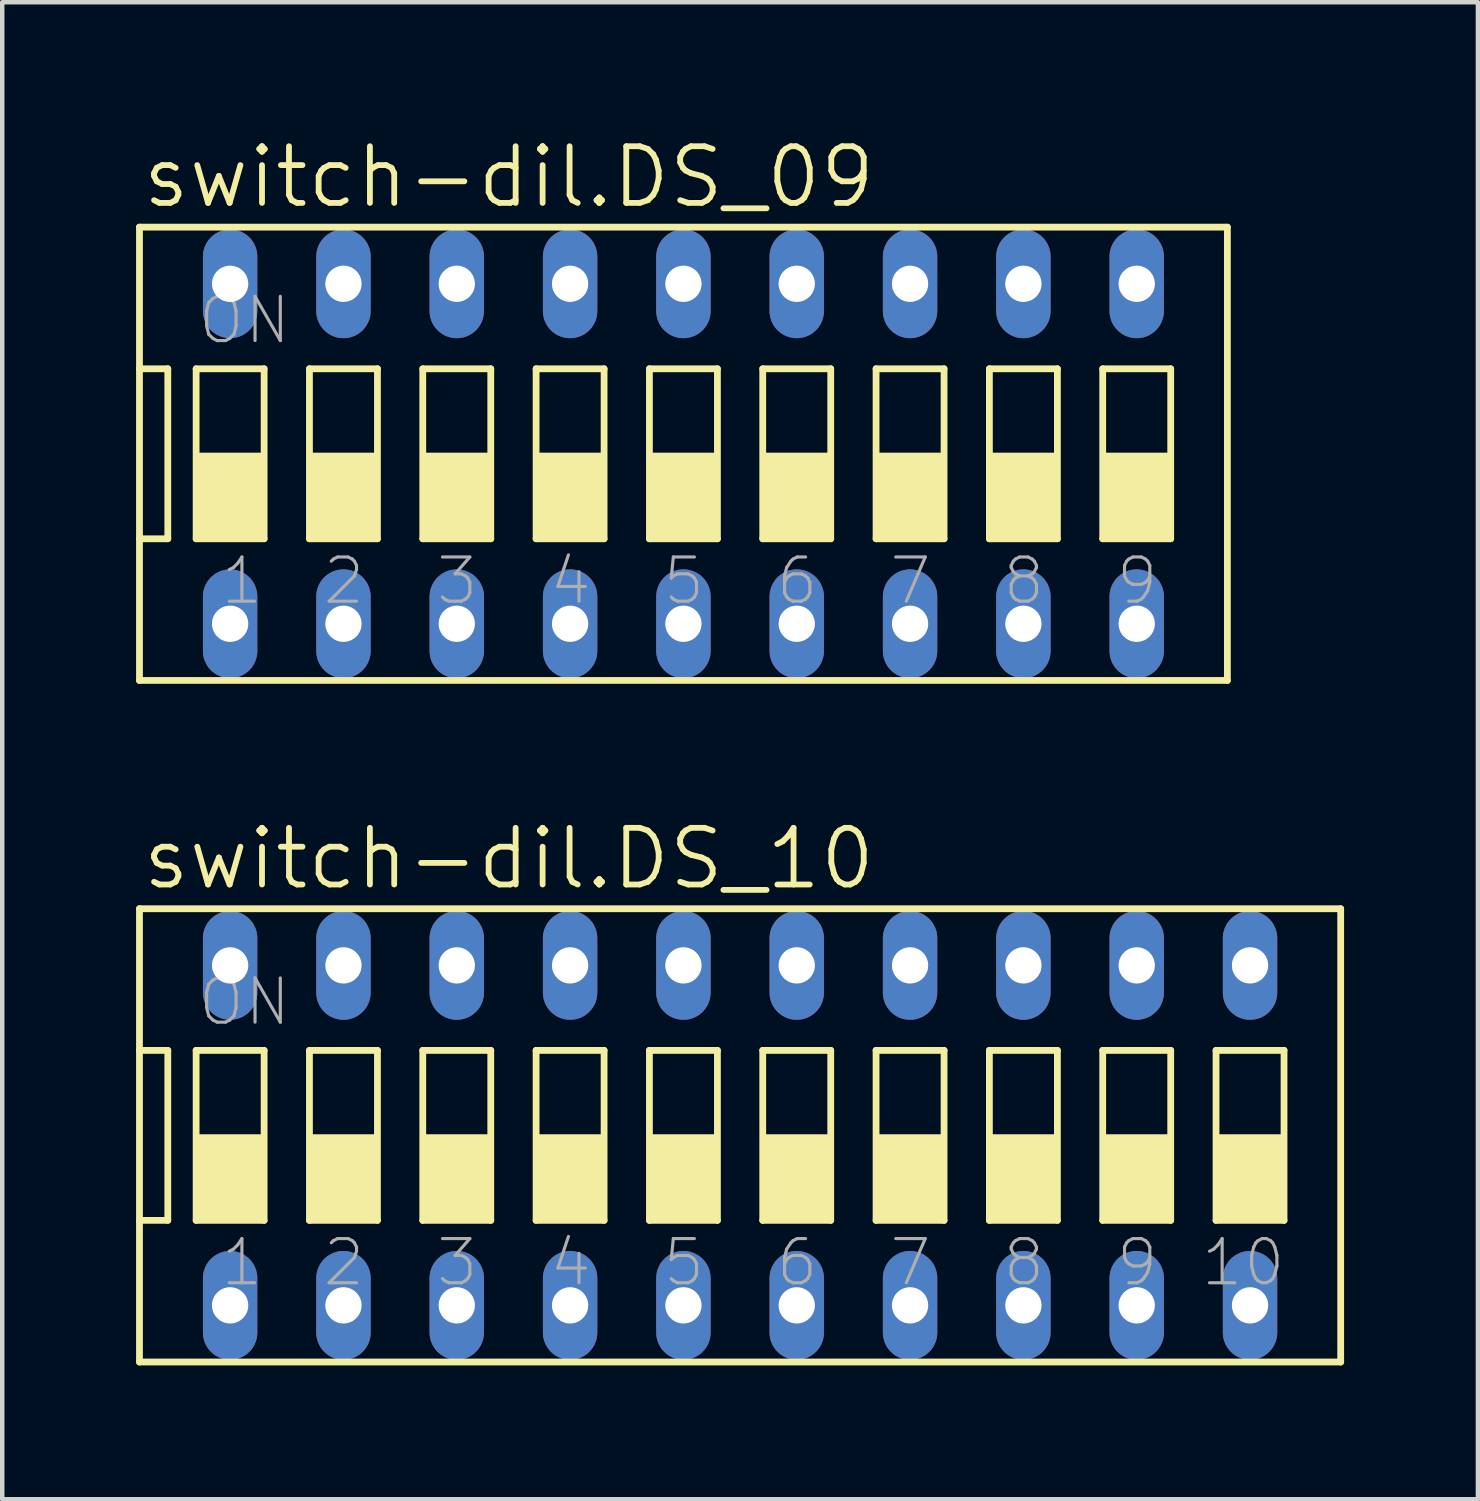
<source format=kicad_pcb>
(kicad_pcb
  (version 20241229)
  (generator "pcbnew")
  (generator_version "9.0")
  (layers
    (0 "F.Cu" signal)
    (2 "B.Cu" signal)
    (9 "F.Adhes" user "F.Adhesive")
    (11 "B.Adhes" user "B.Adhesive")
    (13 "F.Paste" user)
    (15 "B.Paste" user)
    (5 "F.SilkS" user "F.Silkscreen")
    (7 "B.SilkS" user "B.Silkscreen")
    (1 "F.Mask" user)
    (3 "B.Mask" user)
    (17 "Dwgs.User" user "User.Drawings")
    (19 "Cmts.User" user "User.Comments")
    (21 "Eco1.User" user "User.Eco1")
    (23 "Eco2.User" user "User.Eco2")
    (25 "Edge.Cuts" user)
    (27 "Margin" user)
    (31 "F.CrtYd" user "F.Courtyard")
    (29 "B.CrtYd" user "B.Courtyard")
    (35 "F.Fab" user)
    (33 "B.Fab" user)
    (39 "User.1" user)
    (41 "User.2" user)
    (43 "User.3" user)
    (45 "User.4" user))
  (footprint "switch-dil.DS_09"
    (layer "F.Cu")
    (at 12.268 7.121)
    (property "Reference" "switch-dil.DS_09" (at -12.192 -5.461 0) (layer "F.SilkS") (effects (font (size 1.27 1.27) (thickness 0.13)) (justify left bottom)))
    (attr through_hole)
    (fp_line (start -12.192 -5.08) (end -12.192 -1.905) (stroke (width 0.152) (type default)) (layer "F.SilkS"))
    (fp_line (start -12.192 -1.905) (end -12.192 1.905) (stroke (width 0.152) (type default)) (layer "F.SilkS"))
    (fp_line (start -12.192 -1.905) (end -11.557 -1.905) (stroke (width 0.152) (type default)) (layer "F.SilkS"))
    (fp_line (start -12.192 1.905) (end -12.192 5.08) (stroke (width 0.152) (type default)) (layer "F.SilkS"))
    (fp_line (start -12.192 1.905) (end -11.557 1.905) (stroke (width 0.152) (type default)) (layer "F.SilkS"))
    (fp_line (start -12.192 5.08) (end 12.192 5.08) (stroke (width 0.152) (type default)) (layer "F.SilkS"))
    (fp_line (start -11.557 1.905) (end -11.557 -1.905) (stroke (width 0.152) (type default)) (layer "F.SilkS"))
    (fp_line (start -10.922 -1.905) (end -10.922 1.905) (stroke (width 0.152) (type default)) (layer "F.SilkS"))
    (fp_line (start -10.922 -1.905) (end -9.398 -1.905) (stroke (width 0.152) (type default)) (layer "F.SilkS"))
    (fp_line (start -9.398 1.905) (end -10.922 1.905) (stroke (width 0.152) (type default)) (layer "F.SilkS"))
    (fp_line (start -9.398 1.905) (end -9.398 -1.905) (stroke (width 0.152) (type default)) (layer "F.SilkS"))
    (fp_line (start -8.382 -1.905) (end -8.382 1.905) (stroke (width 0.152) (type default)) (layer "F.SilkS"))
    (fp_line (start -8.382 -1.905) (end -6.858 -1.905) (stroke (width 0.152) (type default)) (layer "F.SilkS"))
    (fp_line (start -6.858 1.905) (end -8.382 1.905) (stroke (width 0.152) (type default)) (layer "F.SilkS"))
    (fp_line (start -6.858 1.905) (end -6.858 -1.905) (stroke (width 0.152) (type default)) (layer "F.SilkS"))
    (fp_line (start -5.842 -1.905) (end -5.842 1.905) (stroke (width 0.152) (type default)) (layer "F.SilkS"))
    (fp_line (start -5.842 -1.905) (end -4.318 -1.905) (stroke (width 0.152) (type default)) (layer "F.SilkS"))
    (fp_line (start -4.318 1.905) (end -5.842 1.905) (stroke (width 0.152) (type default)) (layer "F.SilkS"))
    (fp_line (start -4.318 1.905) (end -4.318 -1.905) (stroke (width 0.152) (type default)) (layer "F.SilkS"))
    (fp_line (start -3.302 -1.905) (end -3.302 1.905) (stroke (width 0.152) (type default)) (layer "F.SilkS"))
    (fp_line (start -3.302 -1.905) (end -1.778 -1.905) (stroke (width 0.152) (type default)) (layer "F.SilkS"))
    (fp_line (start -1.778 1.905) (end -3.302 1.905) (stroke (width 0.152) (type default)) (layer "F.SilkS"))
    (fp_line (start -1.778 1.905) (end -1.778 -1.905) (stroke (width 0.152) (type default)) (layer "F.SilkS"))
    (fp_line (start -0.762 -1.905) (end -0.762 1.905) (stroke (width 0.152) (type default)) (layer "F.SilkS"))
    (fp_line (start -0.762 -1.905) (end 0.762 -1.905) (stroke (width 0.152) (type default)) (layer "F.SilkS"))
    (fp_line (start 0.762 1.905) (end -0.762 1.905) (stroke (width 0.152) (type default)) (layer "F.SilkS"))
    (fp_line (start 0.762 1.905) (end 0.762 -1.905) (stroke (width 0.152) (type default)) (layer "F.SilkS"))
    (fp_line (start 1.778 -1.905) (end 1.778 1.905) (stroke (width 0.152) (type default)) (layer "F.SilkS"))
    (fp_line (start 1.778 -1.905) (end 3.302 -1.905) (stroke (width 0.152) (type default)) (layer "F.SilkS"))
    (fp_line (start 3.302 1.905) (end 1.778 1.905) (stroke (width 0.152) (type default)) (layer "F.SilkS"))
    (fp_line (start 3.302 1.905) (end 3.302 -1.905) (stroke (width 0.152) (type default)) (layer "F.SilkS"))
    (fp_line (start 4.318 -1.905) (end 4.318 1.905) (stroke (width 0.152) (type default)) (layer "F.SilkS"))
    (fp_line (start 4.318 -1.905) (end 5.842 -1.905) (stroke (width 0.152) (type default)) (layer "F.SilkS"))
    (fp_line (start 5.842 1.905) (end 4.318 1.905) (stroke (width 0.152) (type default)) (layer "F.SilkS"))
    (fp_line (start 5.842 1.905) (end 5.842 -1.905) (stroke (width 0.152) (type default)) (layer "F.SilkS"))
    (fp_line (start 6.858 -1.905) (end 6.858 1.905) (stroke (width 0.152) (type default)) (layer "F.SilkS"))
    (fp_line (start 6.858 -1.905) (end 8.382 -1.905) (stroke (width 0.152) (type default)) (layer "F.SilkS"))
    (fp_line (start 8.382 1.905) (end 6.858 1.905) (stroke (width 0.152) (type default)) (layer "F.SilkS"))
    (fp_line (start 8.382 1.905) (end 8.382 -1.905) (stroke (width 0.152) (type default)) (layer "F.SilkS"))
    (fp_line (start 9.398 -1.905) (end 9.398 1.905) (stroke (width 0.152) (type default)) (layer "F.SilkS"))
    (fp_line (start 9.398 -1.905) (end 10.922 -1.905) (stroke (width 0.152) (type default)) (layer "F.SilkS"))
    (fp_line (start 10.922 1.905) (end 9.398 1.905) (stroke (width 0.152) (type default)) (layer "F.SilkS"))
    (fp_line (start 10.922 1.905) (end 10.922 -1.905) (stroke (width 0.152) (type default)) (layer "F.SilkS"))
    (fp_line (start 12.192 -5.08) (end -12.192 -5.08) (stroke (width 0.152) (type default)) (layer "F.SilkS"))
    (fp_line (start 12.192 5.08) (end 12.192 -5.08) (stroke (width 0.152) (type default)) (layer "F.SilkS"))
    (fp_rect (start -10.922 1.905) (end -9.398 0) (stroke (width 0.05) (type default)) (fill yes) (layer "F.SilkS"))
    (fp_rect (start -8.382 1.905) (end -6.858 0) (stroke (width 0.05) (type default)) (fill yes) (layer "F.SilkS"))
    (fp_rect (start -5.842 1.905) (end -4.318 0) (stroke (width 0.05) (type default)) (fill yes) (layer "F.SilkS"))
    (fp_rect (start -3.302 1.905) (end -1.778 0) (stroke (width 0.05) (type default)) (fill yes) (layer "F.SilkS"))
    (fp_rect (start -0.762 1.905) (end 0.762 0) (stroke (width 0.05) (type default)) (fill yes) (layer "F.SilkS"))
    (fp_rect (start 1.778 1.905) (end 3.302 0) (stroke (width 0.05) (type default)) (fill yes) (layer "F.SilkS"))
    (fp_rect (start 4.318 1.905) (end 5.842 0) (stroke (width 0.05) (type default)) (fill yes) (layer "F.SilkS"))
    (fp_rect (start 6.858 1.905) (end 8.382 0) (stroke (width 0.05) (type default)) (fill yes) (layer "F.SilkS"))
    (fp_rect (start 9.398 1.905) (end 10.922 0) (stroke (width 0.05) (type default)) (fill yes) (layer "F.SilkS"))
    (fp_text user "9" (at 9.652 3.429 0) (layer "F.Fab") (effects (font (size 0.991 0.991) (thickness 0.07)) (justify left bottom)))
    (fp_text user "8" (at 7.112 3.429 0) (layer "F.Fab") (effects (font (size 0.991 0.991) (thickness 0.07)) (justify left bottom)))
    (fp_text user "1" (at -10.414 3.429 0) (layer "F.Fab") (effects (font (size 0.991 0.991) (thickness 0.07)) (justify left bottom)))
    (fp_text user "2" (at -8.128 3.429 0) (layer "F.Fab") (effects (font (size 0.991 0.991) (thickness 0.07)) (justify left bottom)))
    (fp_text user "ON" (at -10.922 -2.413 0) (layer "F.Fab") (effects (font (size 0.991 0.991) (thickness 0.07)) (justify left bottom)))
    (fp_text user "3" (at -5.588 3.429 0) (layer "F.Fab") (effects (font (size 0.991 0.991) (thickness 0.07)) (justify left bottom)))
    (fp_text user "6" (at 2.032 3.429 0) (layer "F.Fab") (effects (font (size 0.991 0.991) (thickness 0.07)) (justify left bottom)))
    (fp_text user "4" (at -3.048 3.429 0) (layer "F.Fab") (effects (font (size 0.991 0.991) (thickness 0.07)) (justify left bottom)))
    (fp_text user "5" (at -0.508 3.429 0) (layer "F.Fab") (effects (font (size 0.991 0.991) (thickness 0.07)) (justify left bottom)))
    (fp_text user "7" (at 4.572 3.429 0) (layer "F.Fab") (effects (font (size 0.991 0.991) (thickness 0.07)) (justify left bottom)))
    (pad "1" thru_hole oval (at -10.16 3.81 90) (size 2.438 1.219) (drill 0.813) (layers "*.Cu" "*.Mask"))
    (pad "2" thru_hole oval (at -7.62 3.81 90) (size 2.438 1.219) (drill 0.813) (layers "*.Cu" "*.Mask"))
    (pad "3" thru_hole oval (at -5.08 3.81 90) (size 2.438 1.219) (drill 0.813) (layers "*.Cu" "*.Mask"))
    (pad "4" thru_hole oval (at -2.54 3.81 90) (size 2.438 1.219) (drill 0.813) (layers "*.Cu" "*.Mask"))
    (pad "5" thru_hole oval (at 0 3.81 90) (size 2.438 1.219) (drill 0.813) (layers "*.Cu" "*.Mask"))
    (pad "6" thru_hole oval (at 2.54 3.81 90) (size 2.438 1.219) (drill 0.813) (layers "*.Cu" "*.Mask"))
    (pad "7" thru_hole oval (at 5.08 3.81 90) (size 2.438 1.219) (drill 0.813) (layers "*.Cu" "*.Mask"))
    (pad "8" thru_hole oval (at 7.62 3.81 90) (size 2.438 1.219) (drill 0.813) (layers "*.Cu" "*.Mask"))
    (pad "9" thru_hole oval (at 10.16 3.81 90) (size 2.438 1.219) (drill 0.813) (layers "*.Cu" "*.Mask"))
    (pad "10" thru_hole oval (at 10.16 -3.81 90) (size 2.438 1.219) (drill 0.813) (layers "*.Cu" "*.Mask"))
    (pad "11" thru_hole oval (at 7.62 -3.81 90) (size 2.438 1.219) (drill 0.813) (layers "*.Cu" "*.Mask"))
    (pad "12" thru_hole oval (at 5.08 -3.81 90) (size 2.438 1.219) (drill 0.813) (layers "*.Cu" "*.Mask"))
    (pad "13" thru_hole oval (at 2.54 -3.81 90) (size 2.438 1.219) (drill 0.813) (layers "*.Cu" "*.Mask"))
    (pad "14" thru_hole oval (at 0 -3.81 90) (size 2.438 1.219) (drill 0.813) (layers "*.Cu" "*.Mask"))
    (pad "15" thru_hole oval (at -2.54 -3.81 90) (size 2.438 1.219) (drill 0.813) (layers "*.Cu" "*.Mask"))
    (pad "16" thru_hole oval (at -5.08 -3.81 90) (size 2.438 1.219) (drill 0.813) (layers "*.Cu" "*.Mask"))
    (pad "17" thru_hole oval (at -7.62 -3.81 90) (size 2.438 1.219) (drill 0.813) (layers "*.Cu" "*.Mask"))
    (pad "18" thru_hole oval (at -10.16 -3.81 90) (size 2.438 1.219) (drill 0.813) (layers "*.Cu" "*.Mask")))
  (footprint "switch-dil.DS_10"
    (layer "F.Cu")
    (at 13.538 22.398)
    (property "Reference" "switch-dil.DS_10" (at -13.462 -5.461 0) (layer "F.SilkS") (effects (font (size 1.27 1.27) (thickness 0.13)) (justify left bottom)))
    (attr through_hole)
    (fp_line (start -13.462 -5.08) (end -13.462 -1.905) (stroke (width 0.152) (type default)) (layer "F.SilkS"))
    (fp_line (start -13.462 -1.905) (end -13.462 1.905) (stroke (width 0.152) (type default)) (layer "F.SilkS"))
    (fp_line (start -13.462 -1.905) (end -12.827 -1.905) (stroke (width 0.152) (type default)) (layer "F.SilkS"))
    (fp_line (start -13.462 1.905) (end -13.462 5.08) (stroke (width 0.152) (type default)) (layer "F.SilkS"))
    (fp_line (start -13.462 1.905) (end -12.827 1.905) (stroke (width 0.152) (type default)) (layer "F.SilkS"))
    (fp_line (start -13.462 5.08) (end 13.462 5.08) (stroke (width 0.152) (type default)) (layer "F.SilkS"))
    (fp_line (start -12.827 1.905) (end -12.827 -1.905) (stroke (width 0.152) (type default)) (layer "F.SilkS"))
    (fp_line (start -12.192 -1.905) (end -12.192 1.905) (stroke (width 0.152) (type default)) (layer "F.SilkS"))
    (fp_line (start -12.192 -1.905) (end -10.668 -1.905) (stroke (width 0.152) (type default)) (layer "F.SilkS"))
    (fp_line (start -10.668 1.905) (end -12.192 1.905) (stroke (width 0.152) (type default)) (layer "F.SilkS"))
    (fp_line (start -10.668 1.905) (end -10.668 -1.905) (stroke (width 0.152) (type default)) (layer "F.SilkS"))
    (fp_line (start -9.652 -1.905) (end -9.652 1.905) (stroke (width 0.152) (type default)) (layer "F.SilkS"))
    (fp_line (start -9.652 -1.905) (end -8.128 -1.905) (stroke (width 0.152) (type default)) (layer "F.SilkS"))
    (fp_line (start -8.128 1.905) (end -9.652 1.905) (stroke (width 0.152) (type default)) (layer "F.SilkS"))
    (fp_line (start -8.128 1.905) (end -8.128 -1.905) (stroke (width 0.152) (type default)) (layer "F.SilkS"))
    (fp_line (start -7.112 -1.905) (end -7.112 1.905) (stroke (width 0.152) (type default)) (layer "F.SilkS"))
    (fp_line (start -7.112 -1.905) (end -5.588 -1.905) (stroke (width 0.152) (type default)) (layer "F.SilkS"))
    (fp_line (start -5.588 1.905) (end -7.112 1.905) (stroke (width 0.152) (type default)) (layer "F.SilkS"))
    (fp_line (start -5.588 1.905) (end -5.588 -1.905) (stroke (width 0.152) (type default)) (layer "F.SilkS"))
    (fp_line (start -4.572 -1.905) (end -4.572 1.905) (stroke (width 0.152) (type default)) (layer "F.SilkS"))
    (fp_line (start -4.572 -1.905) (end -3.048 -1.905) (stroke (width 0.152) (type default)) (layer "F.SilkS"))
    (fp_line (start -3.048 1.905) (end -4.572 1.905) (stroke (width 0.152) (type default)) (layer "F.SilkS"))
    (fp_line (start -3.048 1.905) (end -3.048 -1.905) (stroke (width 0.152) (type default)) (layer "F.SilkS"))
    (fp_line (start -2.032 -1.905) (end -2.032 1.905) (stroke (width 0.152) (type default)) (layer "F.SilkS"))
    (fp_line (start -2.032 -1.905) (end -0.508 -1.905) (stroke (width 0.152) (type default)) (layer "F.SilkS"))
    (fp_line (start -0.508 1.905) (end -2.032 1.905) (stroke (width 0.152) (type default)) (layer "F.SilkS"))
    (fp_line (start -0.508 1.905) (end -0.508 -1.905) (stroke (width 0.152) (type default)) (layer "F.SilkS"))
    (fp_line (start 0.508 -1.905) (end 0.508 1.905) (stroke (width 0.152) (type default)) (layer "F.SilkS"))
    (fp_line (start 0.508 -1.905) (end 2.032 -1.905) (stroke (width 0.152) (type default)) (layer "F.SilkS"))
    (fp_line (start 2.032 1.905) (end 0.508 1.905) (stroke (width 0.152) (type default)) (layer "F.SilkS"))
    (fp_line (start 2.032 1.905) (end 2.032 -1.905) (stroke (width 0.152) (type default)) (layer "F.SilkS"))
    (fp_line (start 3.048 -1.905) (end 3.048 1.905) (stroke (width 0.152) (type default)) (layer "F.SilkS"))
    (fp_line (start 3.048 -1.905) (end 4.572 -1.905) (stroke (width 0.152) (type default)) (layer "F.SilkS"))
    (fp_line (start 4.572 1.905) (end 3.048 1.905) (stroke (width 0.152) (type default)) (layer "F.SilkS"))
    (fp_line (start 4.572 1.905) (end 4.572 -1.905) (stroke (width 0.152) (type default)) (layer "F.SilkS"))
    (fp_line (start 5.588 -1.905) (end 5.588 1.905) (stroke (width 0.152) (type default)) (layer "F.SilkS"))
    (fp_line (start 5.588 -1.905) (end 7.112 -1.905) (stroke (width 0.152) (type default)) (layer "F.SilkS"))
    (fp_line (start 7.112 1.905) (end 5.588 1.905) (stroke (width 0.152) (type default)) (layer "F.SilkS"))
    (fp_line (start 7.112 1.905) (end 7.112 -1.905) (stroke (width 0.152) (type default)) (layer "F.SilkS"))
    (fp_line (start 8.128 -1.905) (end 8.128 1.905) (stroke (width 0.152) (type default)) (layer "F.SilkS"))
    (fp_line (start 8.128 -1.905) (end 9.652 -1.905) (stroke (width 0.152) (type default)) (layer "F.SilkS"))
    (fp_line (start 9.652 1.905) (end 8.128 1.905) (stroke (width 0.152) (type default)) (layer "F.SilkS"))
    (fp_line (start 9.652 1.905) (end 9.652 -1.905) (stroke (width 0.152) (type default)) (layer "F.SilkS"))
    (fp_line (start 10.668 -1.905) (end 10.668 1.905) (stroke (width 0.152) (type default)) (layer "F.SilkS"))
    (fp_line (start 10.668 -1.905) (end 12.192 -1.905) (stroke (width 0.152) (type default)) (layer "F.SilkS"))
    (fp_line (start 12.192 1.905) (end 10.668 1.905) (stroke (width 0.152) (type default)) (layer "F.SilkS"))
    (fp_line (start 12.192 1.905) (end 12.192 -1.905) (stroke (width 0.152) (type default)) (layer "F.SilkS"))
    (fp_line (start 13.462 -5.08) (end -13.462 -5.08) (stroke (width 0.152) (type default)) (layer "F.SilkS"))
    (fp_line (start 13.462 5.08) (end 13.462 -5.08) (stroke (width 0.152) (type default)) (layer "F.SilkS"))
    (fp_rect (start -12.192 1.905) (end -10.668 0) (stroke (width 0.05) (type default)) (fill yes) (layer "F.SilkS"))
    (fp_rect (start -9.652 1.905) (end -8.128 0) (stroke (width 0.05) (type default)) (fill yes) (layer "F.SilkS"))
    (fp_rect (start -7.112 1.905) (end -5.588 0) (stroke (width 0.05) (type default)) (fill yes) (layer "F.SilkS"))
    (fp_rect (start -4.572 1.905) (end -3.048 0) (stroke (width 0.05) (type default)) (fill yes) (layer "F.SilkS"))
    (fp_rect (start -2.032 1.905) (end -0.508 0) (stroke (width 0.05) (type default)) (fill yes) (layer "F.SilkS"))
    (fp_rect (start 0.508 1.905) (end 2.032 0) (stroke (width 0.05) (type default)) (fill yes) (layer "F.SilkS"))
    (fp_rect (start 3.048 1.905) (end 4.572 0) (stroke (width 0.05) (type default)) (fill yes) (layer "F.SilkS"))
    (fp_rect (start 5.588 1.905) (end 7.112 0) (stroke (width 0.05) (type default)) (fill yes) (layer "F.SilkS"))
    (fp_rect (start 8.128 1.905) (end 9.652 0) (stroke (width 0.05) (type default)) (fill yes) (layer "F.SilkS"))
    (fp_rect (start 10.668 1.905) (end 12.192 0) (stroke (width 0.05) (type default)) (fill yes) (layer "F.SilkS"))
    (fp_text user "1" (at -11.684 3.429 0) (layer "F.Fab") (effects (font (size 0.991 0.991) (thickness 0.07)) (justify left bottom)))
    (fp_text user "9" (at 8.382 3.429 0) (layer "F.Fab") (effects (font (size 0.991 0.991) (thickness 0.07)) (justify left bottom)))
    (fp_text user "4" (at -4.318 3.429 0) (layer "F.Fab") (effects (font (size 0.991 0.991) (thickness 0.07)) (justify left bottom)))
    (fp_text user "3" (at -6.858 3.429 0) (layer "F.Fab") (effects (font (size 0.991 0.991) (thickness 0.07)) (justify left bottom)))
    (fp_text user "6" (at 0.762 3.429 0) (layer "F.Fab") (effects (font (size 0.991 0.991) (thickness 0.07)) (justify left bottom)))
    (fp_text user "ON" (at -12.192 -2.413 0) (layer "F.Fab") (effects (font (size 0.991 0.991) (thickness 0.07)) (justify left bottom)))
    (fp_text user "2" (at -9.398 3.429 0) (layer "F.Fab") (effects (font (size 0.991 0.991) (thickness 0.07)) (justify left bottom)))
    (fp_text user "7" (at 3.302 3.429 0) (layer "F.Fab") (effects (font (size 0.991 0.991) (thickness 0.07)) (justify left bottom)))
    (fp_text user "5" (at -1.778 3.429 0) (layer "F.Fab") (effects (font (size 0.991 0.991) (thickness 0.07)) (justify left bottom)))
    (fp_text user "10" (at 10.287 3.429 0) (layer "F.Fab") (effects (font (size 0.991 0.991) (thickness 0.07)) (justify left bottom)))
    (fp_text user "8" (at 5.842 3.429 0) (layer "F.Fab") (effects (font (size 0.991 0.991) (thickness 0.07)) (justify left bottom)))
    (pad "1" thru_hole oval (at -11.43 3.81 90) (size 2.438 1.219) (drill 0.813) (layers "*.Cu" "*.Mask"))
    (pad "2" thru_hole oval (at -8.89 3.81 90) (size 2.438 1.219) (drill 0.813) (layers "*.Cu" "*.Mask"))
    (pad "3" thru_hole oval (at -6.35 3.81 90) (size 2.438 1.219) (drill 0.813) (layers "*.Cu" "*.Mask"))
    (pad "4" thru_hole oval (at -3.81 3.81 90) (size 2.438 1.219) (drill 0.813) (layers "*.Cu" "*.Mask"))
    (pad "5" thru_hole oval (at -1.27 3.81 90) (size 2.438 1.219) (drill 0.813) (layers "*.Cu" "*.Mask"))
    (pad "6" thru_hole oval (at 1.27 3.81 90) (size 2.438 1.219) (drill 0.813) (layers "*.Cu" "*.Mask"))
    (pad "7" thru_hole oval (at 3.81 3.81 90) (size 2.438 1.219) (drill 0.813) (layers "*.Cu" "*.Mask"))
    (pad "8" thru_hole oval (at 6.35 3.81 90) (size 2.438 1.219) (drill 0.813) (layers "*.Cu" "*.Mask"))
    (pad "9" thru_hole oval (at 8.89 3.81 90) (size 2.438 1.219) (drill 0.813) (layers "*.Cu" "*.Mask"))
    (pad "10" thru_hole oval (at 11.43 3.81 90) (size 2.438 1.219) (drill 0.813) (layers "*.Cu" "*.Mask"))
    (pad "11" thru_hole oval (at 11.43 -3.81 90) (size 2.438 1.219) (drill 0.813) (layers "*.Cu" "*.Mask"))
    (pad "12" thru_hole oval (at 8.89 -3.81 90) (size 2.438 1.219) (drill 0.813) (layers "*.Cu" "*.Mask"))
    (pad "13" thru_hole oval (at 6.35 -3.81 90) (size 2.438 1.219) (drill 0.813) (layers "*.Cu" "*.Mask"))
    (pad "14" thru_hole oval (at 3.81 -3.81 90) (size 2.438 1.219) (drill 0.813) (layers "*.Cu" "*.Mask"))
    (pad "15" thru_hole oval (at 1.27 -3.81 90) (size 2.438 1.219) (drill 0.813) (layers "*.Cu" "*.Mask"))
    (pad "16" thru_hole oval (at -1.27 -3.81 90) (size 2.438 1.219) (drill 0.813) (layers "*.Cu" "*.Mask"))
    (pad "17" thru_hole oval (at -3.81 -3.81 90) (size 2.438 1.219) (drill 0.813) (layers "*.Cu" "*.Mask"))
    (pad "18" thru_hole oval (at -6.35 -3.81 90) (size 2.438 1.219) (drill 0.813) (layers "*.Cu" "*.Mask"))
    (pad "19" thru_hole oval (at -8.89 -3.81 90) (size 2.438 1.219) (drill 0.813) (layers "*.Cu" "*.Mask"))
    (pad "20" thru_hole oval (at -11.43 -3.81 90) (size 2.438 1.219) (drill 0.813) (layers "*.Cu" "*.Mask")))
  (gr_rect
    (start -3 -3)
    (end 30.076 30.554)
    (stroke (width 0.1) (type default))
    (fill no)
    (layer "Edge.Cuts")))
</source>
